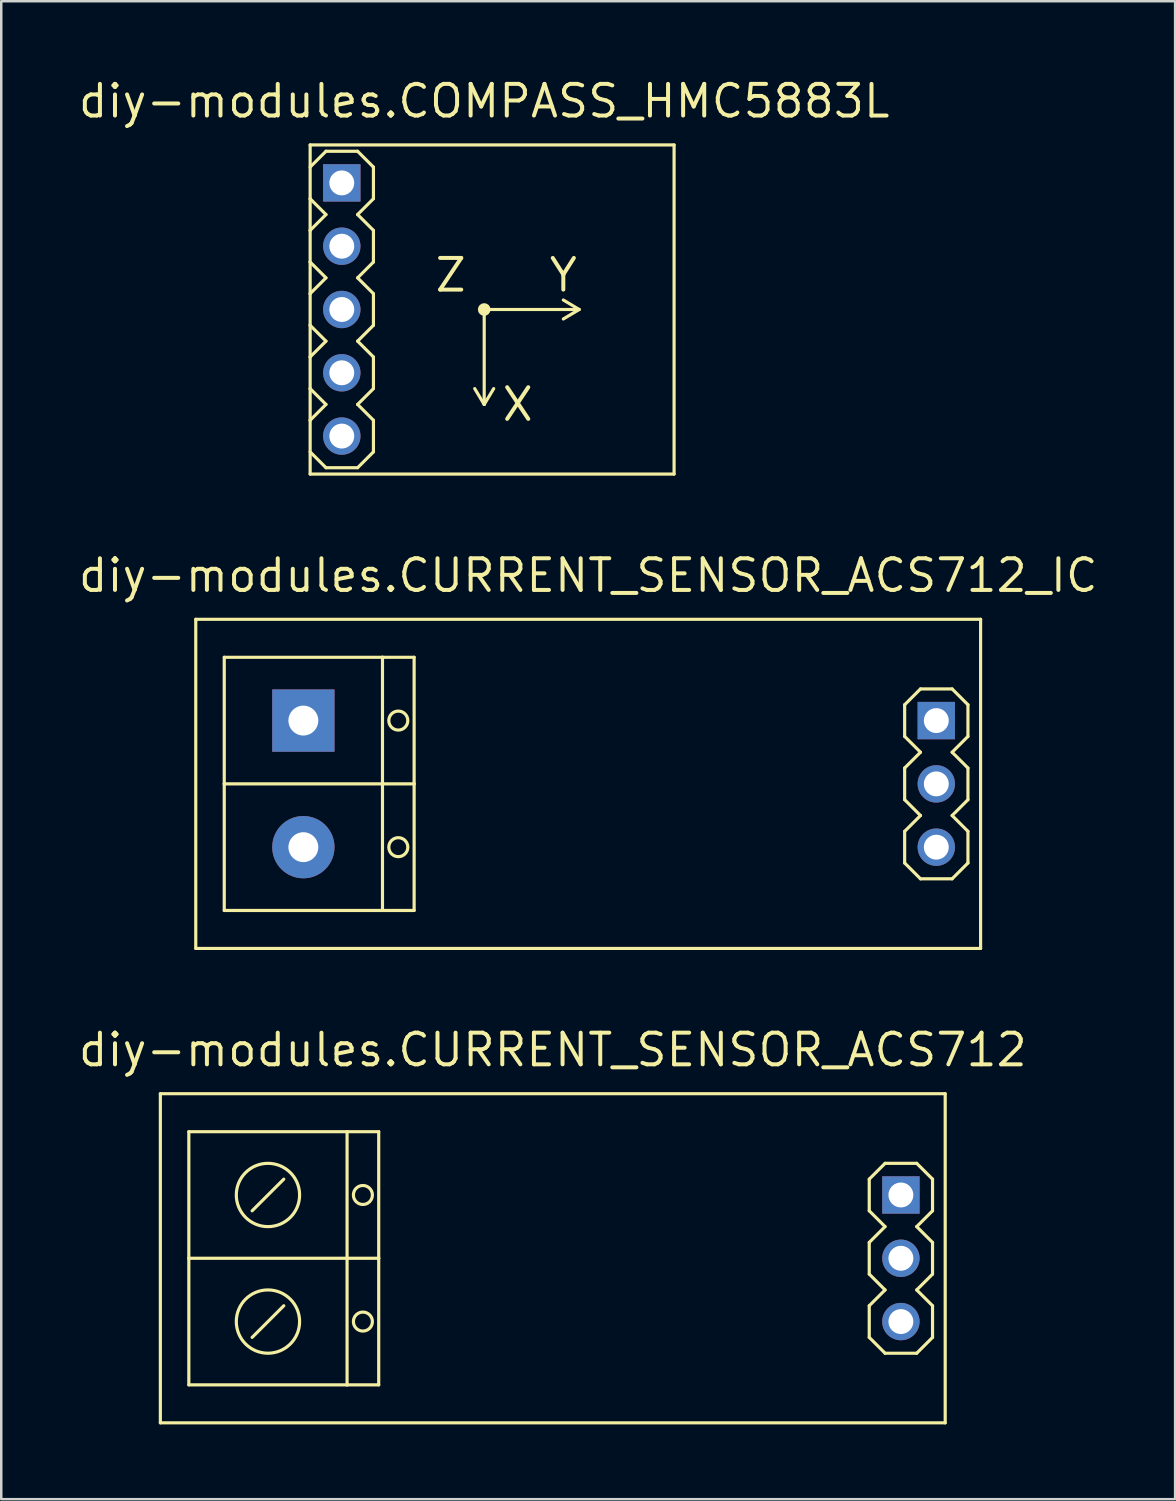
<source format=kicad_pcb>
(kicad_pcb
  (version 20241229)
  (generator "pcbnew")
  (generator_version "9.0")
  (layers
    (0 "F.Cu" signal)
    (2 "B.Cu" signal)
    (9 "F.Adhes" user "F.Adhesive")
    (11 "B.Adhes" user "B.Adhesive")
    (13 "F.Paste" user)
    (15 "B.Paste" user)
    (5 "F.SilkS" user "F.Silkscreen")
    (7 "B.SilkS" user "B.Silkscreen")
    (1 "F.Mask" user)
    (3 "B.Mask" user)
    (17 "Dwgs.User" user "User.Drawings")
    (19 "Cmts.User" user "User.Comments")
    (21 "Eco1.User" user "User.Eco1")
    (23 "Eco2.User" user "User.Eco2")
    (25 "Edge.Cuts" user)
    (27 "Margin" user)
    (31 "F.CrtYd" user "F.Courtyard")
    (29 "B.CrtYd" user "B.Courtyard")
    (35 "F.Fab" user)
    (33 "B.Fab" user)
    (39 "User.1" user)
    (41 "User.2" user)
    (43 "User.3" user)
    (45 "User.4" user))
  (footprint "diy-modules.COMPASS_HMC5883L"
    (layer "F.Cu")
    (at 16.381 9.37)
    (property "Reference" "diy-modules.COMPASS_HMC5883L" (at 0 -7.62 0) (layer "F.SilkS") (effects (font (size 1.27 1.27) (thickness 0.16)) (justify bottom)))
    (attr through_hole)
    (fp_line (start -6.985 -6.604) (end 7.62 -6.604) (stroke (width 0.127) (type default)) (layer "F.SilkS"))
    (fp_line (start -6.985 -5.715) (end -6.35 -6.35) (stroke (width 0.127) (type default)) (layer "F.SilkS"))
    (fp_line (start -6.985 -4.445) (end -6.985 -6.604) (stroke (width 0.127) (type default)) (layer "F.SilkS"))
    (fp_line (start -6.985 -3.175) (end -6.985 -4.445) (stroke (width 0.127) (type default)) (layer "F.SilkS"))
    (fp_line (start -6.985 -3.175) (end -6.35 -3.81) (stroke (width 0.127) (type default)) (layer "F.SilkS"))
    (fp_line (start -6.985 -1.905) (end -6.985 -3.175) (stroke (width 0.127) (type default)) (layer "F.SilkS"))
    (fp_line (start -6.985 -0.635) (end -6.985 -1.905) (stroke (width 0.127) (type default)) (layer "F.SilkS"))
    (fp_line (start -6.985 -0.635) (end -6.35 -1.27) (stroke (width 0.127) (type default)) (layer "F.SilkS"))
    (fp_line (start -6.985 0.635) (end -6.985 -0.635) (stroke (width 0.127) (type default)) (layer "F.SilkS"))
    (fp_line (start -6.985 1.905) (end -6.985 0.635) (stroke (width 0.127) (type default)) (layer "F.SilkS"))
    (fp_line (start -6.985 1.905) (end -6.35 1.27) (stroke (width 0.127) (type default)) (layer "F.SilkS"))
    (fp_line (start -6.985 3.175) (end -6.985 1.905) (stroke (width 0.127) (type default)) (layer "F.SilkS"))
    (fp_line (start -6.985 4.445) (end -6.985 3.175) (stroke (width 0.127) (type default)) (layer "F.SilkS"))
    (fp_line (start -6.985 4.445) (end -6.35 3.81) (stroke (width 0.127) (type default)) (layer "F.SilkS"))
    (fp_line (start -6.985 6.604) (end -6.985 4.445) (stroke (width 0.127) (type default)) (layer "F.SilkS"))
    (fp_line (start -6.35 -6.35) (end -5.08 -6.35) (stroke (width 0.127) (type default)) (layer "F.SilkS"))
    (fp_line (start -6.35 -3.81) (end -6.985 -4.445) (stroke (width 0.127) (type default)) (layer "F.SilkS"))
    (fp_line (start -6.35 -1.27) (end -6.985 -1.905) (stroke (width 0.127) (type default)) (layer "F.SilkS"))
    (fp_line (start -6.35 1.27) (end -6.985 0.635) (stroke (width 0.127) (type default)) (layer "F.SilkS"))
    (fp_line (start -6.35 3.81) (end -6.985 3.175) (stroke (width 0.127) (type default)) (layer "F.SilkS"))
    (fp_line (start -6.35 6.35) (end -6.985 5.715) (stroke (width 0.127) (type default)) (layer "F.SilkS"))
    (fp_line (start -5.08 -6.35) (end -4.445 -5.715) (stroke (width 0.127) (type default)) (layer "F.SilkS"))
    (fp_line (start -5.08 -3.81) (end -4.445 -3.175) (stroke (width 0.127) (type default)) (layer "F.SilkS"))
    (fp_line (start -5.08 -1.27) (end -4.445 -0.635) (stroke (width 0.127) (type default)) (layer "F.SilkS"))
    (fp_line (start -5.08 1.27) (end -4.445 1.905) (stroke (width 0.127) (type default)) (layer "F.SilkS"))
    (fp_line (start -5.08 3.81) (end -4.445 4.445) (stroke (width 0.127) (type default)) (layer "F.SilkS"))
    (fp_line (start -5.08 6.35) (end -6.35 6.35) (stroke (width 0.127) (type default)) (layer "F.SilkS"))
    (fp_line (start -4.445 -5.715) (end -4.445 -4.445) (stroke (width 0.127) (type default)) (layer "F.SilkS"))
    (fp_line (start -4.445 -4.445) (end -5.08 -3.81) (stroke (width 0.127) (type default)) (layer "F.SilkS"))
    (fp_line (start -4.445 -3.175) (end -4.445 -1.905) (stroke (width 0.127) (type default)) (layer "F.SilkS"))
    (fp_line (start -4.445 -1.905) (end -5.08 -1.27) (stroke (width 0.127) (type default)) (layer "F.SilkS"))
    (fp_line (start -4.445 -0.635) (end -4.445 0.635) (stroke (width 0.127) (type default)) (layer "F.SilkS"))
    (fp_line (start -4.445 0.635) (end -5.08 1.27) (stroke (width 0.127) (type default)) (layer "F.SilkS"))
    (fp_line (start -4.445 1.905) (end -4.445 3.175) (stroke (width 0.127) (type default)) (layer "F.SilkS"))
    (fp_line (start -4.445 3.175) (end -5.08 3.81) (stroke (width 0.127) (type default)) (layer "F.SilkS"))
    (fp_line (start -4.445 4.445) (end -4.445 5.715) (stroke (width 0.127) (type default)) (layer "F.SilkS"))
    (fp_line (start -4.445 5.715) (end -5.08 6.35) (stroke (width 0.127) (type default)) (layer "F.SilkS"))
    (fp_line (start 0 0) (end 0 3.81) (stroke (width 0.127) (type default)) (layer "F.SilkS"))
    (fp_line (start 0 0) (end 3.81 0) (stroke (width 0.127) (type default)) (layer "F.SilkS"))
    (fp_line (start 0 3.81) (end -0.381 3.175) (stroke (width 0.127) (type default)) (layer "F.SilkS"))
    (fp_line (start 0 3.81) (end 0.381 3.175) (stroke (width 0.127) (type default)) (layer "F.SilkS"))
    (fp_line (start 3.175 -0.381) (end 3.81 0) (stroke (width 0.127) (type default)) (layer "F.SilkS"))
    (fp_line (start 3.81 0) (end 3.175 0.381) (stroke (width 0.127) (type default)) (layer "F.SilkS"))
    (fp_line (start 7.62 -6.604) (end 7.62 6.604) (stroke (width 0.127) (type default)) (layer "F.SilkS"))
    (fp_line (start 7.62 6.604) (end -6.985 6.604) (stroke (width 0.127) (type default)) (layer "F.SilkS"))
    (fp_circle (center 0 0) (end 0.127 0) (stroke (width 0.254) (type default)) (fill no) (layer "F.SilkS"))
    (fp_text user "Y" (at 3.175 -0.635 0) (layer "F.SilkS") (effects (font (size 1.27 1.27) (thickness 0.16)) (justify bottom)))
    (fp_text user "Z" (at -0.635 -0.635 0) (layer "F.SilkS") (effects (font (size 1.27 1.27) (thickness 0.16)) (justify right bottom)))
    (fp_text user "X" (at 0.635 3.81 0) (layer "F.SilkS") (effects (font (size 1.27 1.27) (thickness 0.16)) (justify left)))
    (pad "1" thru_hole rect (at -5.715 -5.08) (size 1.5 1.5) (drill 1) (layers "*.Cu" "*.Mask"))
    (pad "2" thru_hole circle (at -5.715 -2.54) (size 1.5 1.5) (drill 1) (layers "*.Cu" "*.Mask"))
    (pad "3" thru_hole circle (at -5.715 0) (size 1.5 1.5) (drill 1) (layers "*.Cu" "*.Mask"))
    (pad "4" thru_hole circle (at -5.715 2.54) (size 1.5 1.5) (drill 1) (layers "*.Cu" "*.Mask"))
    (pad "5" thru_hole circle (at -5.715 5.08) (size 1.5 1.5) (drill 1) (layers "*.Cu" "*.Mask")))
  (footprint "diy-modules.CURRENT_SENSOR_ACS712"
    (layer "F.Cu")
    (at 19.133 47.445)
    (property "Reference" "diy-modules.CURRENT_SENSOR_ACS712" (at 0 -7.62 0) (layer "F.SilkS") (effects (font (size 1.27 1.27) (thickness 0.16)) (justify bottom)))
    (attr through_hole)
    (fp_line (start -15.748 -6.604) (end 15.748 -6.604) (stroke (width 0.127) (type default)) (layer "F.SilkS"))
    (fp_line (start -15.748 6.604) (end -15.748 -6.604) (stroke (width 0.127) (type default)) (layer "F.SilkS"))
    (fp_line (start -14.605 -5.08) (end -8.255 -5.08) (stroke (width 0.127) (type default)) (layer "F.SilkS"))
    (fp_line (start -14.605 0) (end -14.605 -5.08) (stroke (width 0.127) (type default)) (layer "F.SilkS"))
    (fp_line (start -14.605 5.08) (end -14.605 0) (stroke (width 0.127) (type default)) (layer "F.SilkS"))
    (fp_line (start -10.795 -3.175) (end -12.065 -1.905) (stroke (width 0.127) (type default)) (layer "F.SilkS"))
    (fp_line (start -10.795 1.905) (end -12.065 3.175) (stroke (width 0.127) (type default)) (layer "F.SilkS"))
    (fp_line (start -8.255 -5.08) (end -8.255 5.08) (stroke (width 0.127) (type default)) (layer "F.SilkS"))
    (fp_line (start -8.255 -5.08) (end -6.985 -5.08) (stroke (width 0.127) (type default)) (layer "F.SilkS"))
    (fp_line (start -8.255 5.08) (end -14.605 5.08) (stroke (width 0.127) (type default)) (layer "F.SilkS"))
    (fp_line (start -6.985 -5.08) (end -6.985 0) (stroke (width 0.127) (type default)) (layer "F.SilkS"))
    (fp_line (start -6.985 0) (end -14.605 0) (stroke (width 0.127) (type default)) (layer "F.SilkS"))
    (fp_line (start -6.985 0) (end -6.985 5.08) (stroke (width 0.127) (type default)) (layer "F.SilkS"))
    (fp_line (start -6.985 5.08) (end -8.255 5.08) (stroke (width 0.127) (type default)) (layer "F.SilkS"))
    (fp_line (start 12.7 -3.175) (end 13.335 -3.81) (stroke (width 0.127) (type default)) (layer "F.SilkS"))
    (fp_line (start 12.7 -1.905) (end 12.7 -3.175) (stroke (width 0.127) (type default)) (layer "F.SilkS"))
    (fp_line (start 12.7 -0.635) (end 13.335 -1.27) (stroke (width 0.127) (type default)) (layer "F.SilkS"))
    (fp_line (start 12.7 0.635) (end 12.7 -0.635) (stroke (width 0.127) (type default)) (layer "F.SilkS"))
    (fp_line (start 12.7 1.905) (end 13.335 1.27) (stroke (width 0.127) (type default)) (layer "F.SilkS"))
    (fp_line (start 12.7 3.175) (end 12.7 1.905) (stroke (width 0.127) (type default)) (layer "F.SilkS"))
    (fp_line (start 13.335 -3.81) (end 14.605 -3.81) (stroke (width 0.127) (type default)) (layer "F.SilkS"))
    (fp_line (start 13.335 -1.27) (end 12.7 -1.905) (stroke (width 0.127) (type default)) (layer "F.SilkS"))
    (fp_line (start 13.335 1.27) (end 12.7 0.635) (stroke (width 0.127) (type default)) (layer "F.SilkS"))
    (fp_line (start 13.335 3.81) (end 12.7 3.175) (stroke (width 0.127) (type default)) (layer "F.SilkS"))
    (fp_line (start 14.605 -3.81) (end 15.24 -3.175) (stroke (width 0.127) (type default)) (layer "F.SilkS"))
    (fp_line (start 14.605 -1.27) (end 15.24 -0.635) (stroke (width 0.127) (type default)) (layer "F.SilkS"))
    (fp_line (start 14.605 1.27) (end 15.24 1.905) (stroke (width 0.127) (type default)) (layer "F.SilkS"))
    (fp_line (start 14.605 3.81) (end 13.335 3.81) (stroke (width 0.127) (type default)) (layer "F.SilkS"))
    (fp_line (start 15.24 -3.175) (end 15.24 -1.905) (stroke (width 0.127) (type default)) (layer "F.SilkS"))
    (fp_line (start 15.24 -1.905) (end 14.605 -1.27) (stroke (width 0.127) (type default)) (layer "F.SilkS"))
    (fp_line (start 15.24 -0.635) (end 15.24 0.635) (stroke (width 0.127) (type default)) (layer "F.SilkS"))
    (fp_line (start 15.24 0.635) (end 14.605 1.27) (stroke (width 0.127) (type default)) (layer "F.SilkS"))
    (fp_line (start 15.24 1.905) (end 15.24 3.175) (stroke (width 0.127) (type default)) (layer "F.SilkS"))
    (fp_line (start 15.24 3.175) (end 14.605 3.81) (stroke (width 0.127) (type default)) (layer "F.SilkS"))
    (fp_line (start 15.748 -6.604) (end 15.748 6.604) (stroke (width 0.127) (type default)) (layer "F.SilkS"))
    (fp_line (start 15.748 6.604) (end -15.748 6.604) (stroke (width 0.127) (type default)) (layer "F.SilkS"))
    (fp_circle (center -11.43 -2.54) (end -10.16 -2.54) (stroke (width 0.127) (type default)) (fill no) (layer "F.SilkS"))
    (fp_circle (center -11.43 2.54) (end -10.16 2.54) (stroke (width 0.127) (type default)) (fill no) (layer "F.SilkS"))
    (fp_circle (center -7.62 -2.54) (end -7.239 -2.54) (stroke (width 0.127) (type default)) (fill no) (layer "F.SilkS"))
    (fp_circle (center -7.62 2.54) (end -7.239 2.54) (stroke (width 0.127) (type default)) (fill no) (layer "F.SilkS"))
    (pad "1" thru_hole rect (at 13.97 -2.54) (size 1.5 1.5) (drill 1) (layers "*.Cu" "*.Mask"))
    (pad "2" thru_hole circle (at 13.97 0) (size 1.5 1.5) (drill 1) (layers "*.Cu" "*.Mask"))
    (pad "3" thru_hole circle (at 13.97 2.54) (size 1.5 1.5) (drill 1) (layers "*.Cu" "*.Mask")))
  (footprint "diy-modules.CURRENT_SENSOR_ACS712_IC"
    (layer "F.Cu")
    (at 20.554 28.407)
    (property "Reference" "diy-modules.CURRENT_SENSOR_ACS712_IC" (at 0 -7.62 0) (layer "F.SilkS") (effects (font (size 1.27 1.27) (thickness 0.16)) (justify bottom)))
    (attr through_hole)
    (fp_line (start -15.748 -6.604) (end 15.748 -6.604) (stroke (width 0.127) (type default)) (layer "F.SilkS"))
    (fp_line (start -15.748 6.604) (end -15.748 -6.604) (stroke (width 0.127) (type default)) (layer "F.SilkS"))
    (fp_line (start -14.605 -5.08) (end -8.255 -5.08) (stroke (width 0.127) (type default)) (layer "F.SilkS"))
    (fp_line (start -14.605 0) (end -14.605 -5.08) (stroke (width 0.127) (type default)) (layer "F.SilkS"))
    (fp_line (start -14.605 5.08) (end -14.605 0) (stroke (width 0.127) (type default)) (layer "F.SilkS"))
    (fp_line (start -8.255 -5.08) (end -8.255 5.08) (stroke (width 0.127) (type default)) (layer "F.SilkS"))
    (fp_line (start -8.255 -5.08) (end -6.985 -5.08) (stroke (width 0.127) (type default)) (layer "F.SilkS"))
    (fp_line (start -8.255 5.08) (end -14.605 5.08) (stroke (width 0.127) (type default)) (layer "F.SilkS"))
    (fp_line (start -6.985 -5.08) (end -6.985 0) (stroke (width 0.127) (type default)) (layer "F.SilkS"))
    (fp_line (start -6.985 0) (end -14.605 0) (stroke (width 0.127) (type default)) (layer "F.SilkS"))
    (fp_line (start -6.985 0) (end -6.985 5.08) (stroke (width 0.127) (type default)) (layer "F.SilkS"))
    (fp_line (start -6.985 5.08) (end -8.255 5.08) (stroke (width 0.127) (type default)) (layer "F.SilkS"))
    (fp_line (start 12.7 -3.175) (end 13.335 -3.81) (stroke (width 0.127) (type default)) (layer "F.SilkS"))
    (fp_line (start 12.7 -1.905) (end 12.7 -3.175) (stroke (width 0.127) (type default)) (layer "F.SilkS"))
    (fp_line (start 12.7 -0.635) (end 13.335 -1.27) (stroke (width 0.127) (type default)) (layer "F.SilkS"))
    (fp_line (start 12.7 0.635) (end 12.7 -0.635) (stroke (width 0.127) (type default)) (layer "F.SilkS"))
    (fp_line (start 12.7 1.905) (end 13.335 1.27) (stroke (width 0.127) (type default)) (layer "F.SilkS"))
    (fp_line (start 12.7 3.175) (end 12.7 1.905) (stroke (width 0.127) (type default)) (layer "F.SilkS"))
    (fp_line (start 13.335 -3.81) (end 14.605 -3.81) (stroke (width 0.127) (type default)) (layer "F.SilkS"))
    (fp_line (start 13.335 -1.27) (end 12.7 -1.905) (stroke (width 0.127) (type default)) (layer "F.SilkS"))
    (fp_line (start 13.335 1.27) (end 12.7 0.635) (stroke (width 0.127) (type default)) (layer "F.SilkS"))
    (fp_line (start 13.335 3.81) (end 12.7 3.175) (stroke (width 0.127) (type default)) (layer "F.SilkS"))
    (fp_line (start 14.605 -3.81) (end 15.24 -3.175) (stroke (width 0.127) (type default)) (layer "F.SilkS"))
    (fp_line (start 14.605 -1.27) (end 15.24 -0.635) (stroke (width 0.127) (type default)) (layer "F.SilkS"))
    (fp_line (start 14.605 1.27) (end 15.24 1.905) (stroke (width 0.127) (type default)) (layer "F.SilkS"))
    (fp_line (start 14.605 3.81) (end 13.335 3.81) (stroke (width 0.127) (type default)) (layer "F.SilkS"))
    (fp_line (start 15.24 -3.175) (end 15.24 -1.905) (stroke (width 0.127) (type default)) (layer "F.SilkS"))
    (fp_line (start 15.24 -1.905) (end 14.605 -1.27) (stroke (width 0.127) (type default)) (layer "F.SilkS"))
    (fp_line (start 15.24 -0.635) (end 15.24 0.635) (stroke (width 0.127) (type default)) (layer "F.SilkS"))
    (fp_line (start 15.24 0.635) (end 14.605 1.27) (stroke (width 0.127) (type default)) (layer "F.SilkS"))
    (fp_line (start 15.24 1.905) (end 15.24 3.175) (stroke (width 0.127) (type default)) (layer "F.SilkS"))
    (fp_line (start 15.24 3.175) (end 14.605 3.81) (stroke (width 0.127) (type default)) (layer "F.SilkS"))
    (fp_line (start 15.748 -6.604) (end 15.748 6.604) (stroke (width 0.127) (type default)) (layer "F.SilkS"))
    (fp_line (start 15.748 6.604) (end -15.748 6.604) (stroke (width 0.127) (type default)) (layer "F.SilkS"))
    (fp_circle (center -7.62 -2.54) (end -7.239 -2.54) (stroke (width 0.127) (type default)) (fill no) (layer "F.SilkS"))
    (fp_circle (center -7.62 2.54) (end -7.239 2.54) (stroke (width 0.127) (type default)) (fill no) (layer "F.SilkS"))
    (pad "1" thru_hole rect (at 13.97 -2.54) (size 1.5 1.5) (drill 1) (layers "*.Cu" "*.Mask"))
    (pad "2" thru_hole circle (at 13.97 0) (size 1.5 1.5) (drill 1) (layers "*.Cu" "*.Mask"))
    (pad "3" thru_hole circle (at 13.97 2.54) (size 1.5 1.5) (drill 1) (layers "*.Cu" "*.Mask"))
    (pad "P1.1" thru_hole rect (at -11.43 -2.54) (size 2.5 2.5) (drill 1.2) (layers "*.Cu" "*.Mask"))
    (pad "P1.2" thru_hole circle (at -11.43 2.54) (size 2.5 2.5) (drill 1.2) (layers "*.Cu" "*.Mask")))
  (gr_rect
    (start -3 -3)
    (end 44.108 57.112)
    (stroke (width 0.1) (type default))
    (fill no)
    (layer "Edge.Cuts")))
</source>
